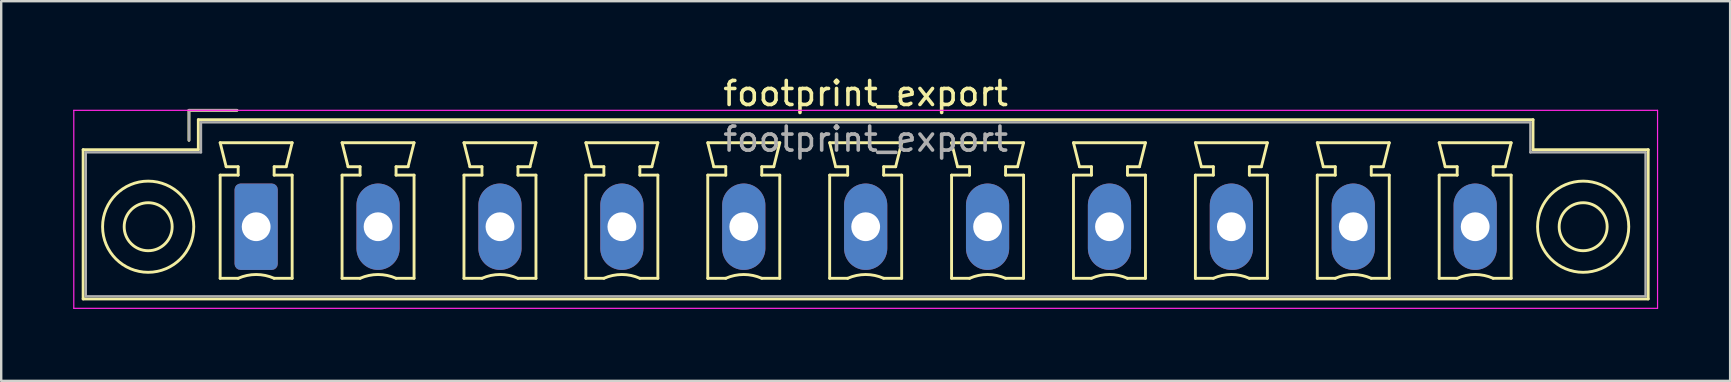
<source format=kicad_pcb>
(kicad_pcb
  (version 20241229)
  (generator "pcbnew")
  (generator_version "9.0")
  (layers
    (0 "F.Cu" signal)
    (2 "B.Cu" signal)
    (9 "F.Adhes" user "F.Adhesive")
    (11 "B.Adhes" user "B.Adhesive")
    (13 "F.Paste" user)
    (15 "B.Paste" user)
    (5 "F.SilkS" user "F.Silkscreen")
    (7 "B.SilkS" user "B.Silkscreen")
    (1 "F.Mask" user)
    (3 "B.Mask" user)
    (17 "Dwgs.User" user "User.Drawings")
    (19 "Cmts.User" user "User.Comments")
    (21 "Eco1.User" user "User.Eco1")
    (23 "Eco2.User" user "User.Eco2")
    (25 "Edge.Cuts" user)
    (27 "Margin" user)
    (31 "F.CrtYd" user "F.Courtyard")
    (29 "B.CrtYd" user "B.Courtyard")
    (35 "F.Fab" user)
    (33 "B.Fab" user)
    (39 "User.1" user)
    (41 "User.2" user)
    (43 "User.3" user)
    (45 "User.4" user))
  (footprint "footprint_export"
    (layer "F.Cu")
    (at 7.625 6.398)
    (property "Reference" "footprint_export" (at 25.4 -5.55 0) (layer "F.SilkS") (effects (font (size 1 1) (thickness 0.15))))
    (attr through_hole)
    (fp_line (start -7.21 -3.21) (end -7.21 3.01) (stroke (width 0.12) (type solid)) (layer "F.SilkS"))
    (fp_line (start -7.21 3.01) (end 58.01 3.01) (stroke (width 0.12) (type solid)) (layer "F.SilkS"))
    (fp_line (start -2.8 -4.85) (end -0.8 -4.85) (stroke (width 0.12) (type solid)) (layer "F.SilkS"))
    (fp_line (start -2.8 -3.6) (end -2.8 -4.85) (stroke (width 0.12) (type solid)) (layer "F.SilkS"))
    (fp_line (start -2.41 -4.46) (end -2.41 -3.21) (stroke (width 0.12) (type solid)) (layer "F.SilkS"))
    (fp_line (start -2.41 -3.21) (end -7.21 -3.21) (stroke (width 0.12) (type solid)) (layer "F.SilkS"))
    (fp_line (start -1.5 -3.5) (end 1.5 -3.5) (stroke (width 0.12) (type solid)) (layer "F.SilkS"))
    (fp_line (start -1.5 -2.15) (end -0.75 -2.15) (stroke (width 0.12) (type solid)) (layer "F.SilkS"))
    (fp_line (start -1.5 2.15) (end -1.5 -2.15) (stroke (width 0.12) (type solid)) (layer "F.SilkS"))
    (fp_line (start -1.25 -2.5) (end -1.5 -3.5) (stroke (width 0.12) (type solid)) (layer "F.SilkS"))
    (fp_line (start -0.75 -2.5) (end -1.25 -2.5) (stroke (width 0.12) (type solid)) (layer "F.SilkS"))
    (fp_line (start -0.75 -2.15) (end -0.75 -2.5) (stroke (width 0.12) (type solid)) (layer "F.SilkS"))
    (fp_line (start -0.75 2.15) (end -1.5 2.15) (stroke (width 0.12) (type solid)) (layer "F.SilkS"))
    (fp_line (start 0.75 -2.5) (end 0.75 -2.15) (stroke (width 0.12) (type solid)) (layer "F.SilkS"))
    (fp_line (start 0.75 -2.15) (end 1.5 -2.15) (stroke (width 0.12) (type solid)) (layer "F.SilkS"))
    (fp_line (start 1.25 -2.5) (end 0.75 -2.5) (stroke (width 0.12) (type solid)) (layer "F.SilkS"))
    (fp_line (start 1.5 -3.5) (end 1.25 -2.5) (stroke (width 0.12) (type solid)) (layer "F.SilkS"))
    (fp_line (start 1.5 -2.15) (end 1.5 2.15) (stroke (width 0.12) (type solid)) (layer "F.SilkS"))
    (fp_line (start 1.5 2.15) (end 0.75 2.15) (stroke (width 0.12) (type solid)) (layer "F.SilkS"))
    (fp_line (start 3.58 -3.5) (end 6.58 -3.5) (stroke (width 0.12) (type solid)) (layer "F.SilkS"))
    (fp_line (start 3.58 -2.15) (end 4.33 -2.15) (stroke (width 0.12) (type solid)) (layer "F.SilkS"))
    (fp_line (start 3.58 2.15) (end 3.58 -2.15) (stroke (width 0.12) (type solid)) (layer "F.SilkS"))
    (fp_line (start 3.83 -2.5) (end 3.58 -3.5) (stroke (width 0.12) (type solid)) (layer "F.SilkS"))
    (fp_line (start 4.33 -2.5) (end 3.83 -2.5) (stroke (width 0.12) (type solid)) (layer "F.SilkS"))
    (fp_line (start 4.33 -2.15) (end 4.33 -2.5) (stroke (width 0.12) (type solid)) (layer "F.SilkS"))
    (fp_line (start 4.33 2.15) (end 3.58 2.15) (stroke (width 0.12) (type solid)) (layer "F.SilkS"))
    (fp_line (start 5.83 -2.5) (end 5.83 -2.15) (stroke (width 0.12) (type solid)) (layer "F.SilkS"))
    (fp_line (start 5.83 -2.15) (end 6.58 -2.15) (stroke (width 0.12) (type solid)) (layer "F.SilkS"))
    (fp_line (start 6.33 -2.5) (end 5.83 -2.5) (stroke (width 0.12) (type solid)) (layer "F.SilkS"))
    (fp_line (start 6.58 -3.5) (end 6.33 -2.5) (stroke (width 0.12) (type solid)) (layer "F.SilkS"))
    (fp_line (start 6.58 -2.15) (end 6.58 2.15) (stroke (width 0.12) (type solid)) (layer "F.SilkS"))
    (fp_line (start 6.58 2.15) (end 5.83 2.15) (stroke (width 0.12) (type solid)) (layer "F.SilkS"))
    (fp_line (start 8.66 -3.5) (end 11.66 -3.5) (stroke (width 0.12) (type solid)) (layer "F.SilkS"))
    (fp_line (start 8.66 -2.15) (end 9.41 -2.15) (stroke (width 0.12) (type solid)) (layer "F.SilkS"))
    (fp_line (start 8.66 2.15) (end 8.66 -2.15) (stroke (width 0.12) (type solid)) (layer "F.SilkS"))
    (fp_line (start 8.91 -2.5) (end 8.66 -3.5) (stroke (width 0.12) (type solid)) (layer "F.SilkS"))
    (fp_line (start 9.41 -2.5) (end 8.91 -2.5) (stroke (width 0.12) (type solid)) (layer "F.SilkS"))
    (fp_line (start 9.41 -2.15) (end 9.41 -2.5) (stroke (width 0.12) (type solid)) (layer "F.SilkS"))
    (fp_line (start 9.41 2.15) (end 8.66 2.15) (stroke (width 0.12) (type solid)) (layer "F.SilkS"))
    (fp_line (start 10.91 -2.5) (end 10.91 -2.15) (stroke (width 0.12) (type solid)) (layer "F.SilkS"))
    (fp_line (start 10.91 -2.15) (end 11.66 -2.15) (stroke (width 0.12) (type solid)) (layer "F.SilkS"))
    (fp_line (start 11.41 -2.5) (end 10.91 -2.5) (stroke (width 0.12) (type solid)) (layer "F.SilkS"))
    (fp_line (start 11.66 -3.5) (end 11.41 -2.5) (stroke (width 0.12) (type solid)) (layer "F.SilkS"))
    (fp_line (start 11.66 -2.15) (end 11.66 2.15) (stroke (width 0.12) (type solid)) (layer "F.SilkS"))
    (fp_line (start 11.66 2.15) (end 10.91 2.15) (stroke (width 0.12) (type solid)) (layer "F.SilkS"))
    (fp_line (start 13.74 -3.5) (end 16.74 -3.5) (stroke (width 0.12) (type solid)) (layer "F.SilkS"))
    (fp_line (start 13.74 -2.15) (end 14.49 -2.15) (stroke (width 0.12) (type solid)) (layer "F.SilkS"))
    (fp_line (start 13.74 2.15) (end 13.74 -2.15) (stroke (width 0.12) (type solid)) (layer "F.SilkS"))
    (fp_line (start 13.99 -2.5) (end 13.74 -3.5) (stroke (width 0.12) (type solid)) (layer "F.SilkS"))
    (fp_line (start 14.49 -2.5) (end 13.99 -2.5) (stroke (width 0.12) (type solid)) (layer "F.SilkS"))
    (fp_line (start 14.49 -2.15) (end 14.49 -2.5) (stroke (width 0.12) (type solid)) (layer "F.SilkS"))
    (fp_line (start 14.49 2.15) (end 13.74 2.15) (stroke (width 0.12) (type solid)) (layer "F.SilkS"))
    (fp_line (start 15.99 -2.5) (end 15.99 -2.15) (stroke (width 0.12) (type solid)) (layer "F.SilkS"))
    (fp_line (start 15.99 -2.15) (end 16.74 -2.15) (stroke (width 0.12) (type solid)) (layer "F.SilkS"))
    (fp_line (start 16.49 -2.5) (end 15.99 -2.5) (stroke (width 0.12) (type solid)) (layer "F.SilkS"))
    (fp_line (start 16.74 -3.5) (end 16.49 -2.5) (stroke (width 0.12) (type solid)) (layer "F.SilkS"))
    (fp_line (start 16.74 -2.15) (end 16.74 2.15) (stroke (width 0.12) (type solid)) (layer "F.SilkS"))
    (fp_line (start 16.74 2.15) (end 15.99 2.15) (stroke (width 0.12) (type solid)) (layer "F.SilkS"))
    (fp_line (start 18.82 -3.5) (end 21.82 -3.5) (stroke (width 0.12) (type solid)) (layer "F.SilkS"))
    (fp_line (start 18.82 -2.15) (end 19.57 -2.15) (stroke (width 0.12) (type solid)) (layer "F.SilkS"))
    (fp_line (start 18.82 2.15) (end 18.82 -2.15) (stroke (width 0.12) (type solid)) (layer "F.SilkS"))
    (fp_line (start 19.07 -2.5) (end 18.82 -3.5) (stroke (width 0.12) (type solid)) (layer "F.SilkS"))
    (fp_line (start 19.57 -2.5) (end 19.07 -2.5) (stroke (width 0.12) (type solid)) (layer "F.SilkS"))
    (fp_line (start 19.57 -2.15) (end 19.57 -2.5) (stroke (width 0.12) (type solid)) (layer "F.SilkS"))
    (fp_line (start 19.57 2.15) (end 18.82 2.15) (stroke (width 0.12) (type solid)) (layer "F.SilkS"))
    (fp_line (start 21.07 -2.5) (end 21.07 -2.15) (stroke (width 0.12) (type solid)) (layer "F.SilkS"))
    (fp_line (start 21.07 -2.15) (end 21.82 -2.15) (stroke (width 0.12) (type solid)) (layer "F.SilkS"))
    (fp_line (start 21.57 -2.5) (end 21.07 -2.5) (stroke (width 0.12) (type solid)) (layer "F.SilkS"))
    (fp_line (start 21.82 -3.5) (end 21.57 -2.5) (stroke (width 0.12) (type solid)) (layer "F.SilkS"))
    (fp_line (start 21.82 -2.15) (end 21.82 2.15) (stroke (width 0.12) (type solid)) (layer "F.SilkS"))
    (fp_line (start 21.82 2.15) (end 21.07 2.15) (stroke (width 0.12) (type solid)) (layer "F.SilkS"))
    (fp_line (start 23.9 -3.5) (end 26.9 -3.5) (stroke (width 0.12) (type solid)) (layer "F.SilkS"))
    (fp_line (start 23.9 -2.15) (end 24.65 -2.15) (stroke (width 0.12) (type solid)) (layer "F.SilkS"))
    (fp_line (start 23.9 2.15) (end 23.9 -2.15) (stroke (width 0.12) (type solid)) (layer "F.SilkS"))
    (fp_line (start 24.15 -2.5) (end 23.9 -3.5) (stroke (width 0.12) (type solid)) (layer "F.SilkS"))
    (fp_line (start 24.65 -2.5) (end 24.15 -2.5) (stroke (width 0.12) (type solid)) (layer "F.SilkS"))
    (fp_line (start 24.65 -2.15) (end 24.65 -2.5) (stroke (width 0.12) (type solid)) (layer "F.SilkS"))
    (fp_line (start 24.65 2.15) (end 23.9 2.15) (stroke (width 0.12) (type solid)) (layer "F.SilkS"))
    (fp_line (start 26.15 -2.5) (end 26.15 -2.15) (stroke (width 0.12) (type solid)) (layer "F.SilkS"))
    (fp_line (start 26.15 -2.15) (end 26.9 -2.15) (stroke (width 0.12) (type solid)) (layer "F.SilkS"))
    (fp_line (start 26.65 -2.5) (end 26.15 -2.5) (stroke (width 0.12) (type solid)) (layer "F.SilkS"))
    (fp_line (start 26.9 -3.5) (end 26.65 -2.5) (stroke (width 0.12) (type solid)) (layer "F.SilkS"))
    (fp_line (start 26.9 -2.15) (end 26.9 2.15) (stroke (width 0.12) (type solid)) (layer "F.SilkS"))
    (fp_line (start 26.9 2.15) (end 26.15 2.15) (stroke (width 0.12) (type solid)) (layer "F.SilkS"))
    (fp_line (start 28.98 -3.5) (end 31.98 -3.5) (stroke (width 0.12) (type solid)) (layer "F.SilkS"))
    (fp_line (start 28.98 -2.15) (end 29.73 -2.15) (stroke (width 0.12) (type solid)) (layer "F.SilkS"))
    (fp_line (start 28.98 2.15) (end 28.98 -2.15) (stroke (width 0.12) (type solid)) (layer "F.SilkS"))
    (fp_line (start 29.23 -2.5) (end 28.98 -3.5) (stroke (width 0.12) (type solid)) (layer "F.SilkS"))
    (fp_line (start 29.73 -2.5) (end 29.23 -2.5) (stroke (width 0.12) (type solid)) (layer "F.SilkS"))
    (fp_line (start 29.73 -2.15) (end 29.73 -2.5) (stroke (width 0.12) (type solid)) (layer "F.SilkS"))
    (fp_line (start 29.73 2.15) (end 28.98 2.15) (stroke (width 0.12) (type solid)) (layer "F.SilkS"))
    (fp_line (start 31.23 -2.5) (end 31.23 -2.15) (stroke (width 0.12) (type solid)) (layer "F.SilkS"))
    (fp_line (start 31.23 -2.15) (end 31.98 -2.15) (stroke (width 0.12) (type solid)) (layer "F.SilkS"))
    (fp_line (start 31.73 -2.5) (end 31.23 -2.5) (stroke (width 0.12) (type solid)) (layer "F.SilkS"))
    (fp_line (start 31.98 -3.5) (end 31.73 -2.5) (stroke (width 0.12) (type solid)) (layer "F.SilkS"))
    (fp_line (start 31.98 -2.15) (end 31.98 2.15) (stroke (width 0.12) (type solid)) (layer "F.SilkS"))
    (fp_line (start 31.98 2.15) (end 31.23 2.15) (stroke (width 0.12) (type solid)) (layer "F.SilkS"))
    (fp_line (start 34.06 -3.5) (end 37.06 -3.5) (stroke (width 0.12) (type solid)) (layer "F.SilkS"))
    (fp_line (start 34.06 -2.15) (end 34.81 -2.15) (stroke (width 0.12) (type solid)) (layer "F.SilkS"))
    (fp_line (start 34.06 2.15) (end 34.06 -2.15) (stroke (width 0.12) (type solid)) (layer "F.SilkS"))
    (fp_line (start 34.31 -2.5) (end 34.06 -3.5) (stroke (width 0.12) (type solid)) (layer "F.SilkS"))
    (fp_line (start 34.81 -2.5) (end 34.31 -2.5) (stroke (width 0.12) (type solid)) (layer "F.SilkS"))
    (fp_line (start 34.81 -2.15) (end 34.81 -2.5) (stroke (width 0.12) (type solid)) (layer "F.SilkS"))
    (fp_line (start 34.81 2.15) (end 34.06 2.15) (stroke (width 0.12) (type solid)) (layer "F.SilkS"))
    (fp_line (start 36.31 -2.5) (end 36.31 -2.15) (stroke (width 0.12) (type solid)) (layer "F.SilkS"))
    (fp_line (start 36.31 -2.15) (end 37.06 -2.15) (stroke (width 0.12) (type solid)) (layer "F.SilkS"))
    (fp_line (start 36.81 -2.5) (end 36.31 -2.5) (stroke (width 0.12) (type solid)) (layer "F.SilkS"))
    (fp_line (start 37.06 -3.5) (end 36.81 -2.5) (stroke (width 0.12) (type solid)) (layer "F.SilkS"))
    (fp_line (start 37.06 -2.15) (end 37.06 2.15) (stroke (width 0.12) (type solid)) (layer "F.SilkS"))
    (fp_line (start 37.06 2.15) (end 36.31 2.15) (stroke (width 0.12) (type solid)) (layer "F.SilkS"))
    (fp_line (start 39.14 -3.5) (end 42.14 -3.5) (stroke (width 0.12) (type solid)) (layer "F.SilkS"))
    (fp_line (start 39.14 -2.15) (end 39.89 -2.15) (stroke (width 0.12) (type solid)) (layer "F.SilkS"))
    (fp_line (start 39.14 2.15) (end 39.14 -2.15) (stroke (width 0.12) (type solid)) (layer "F.SilkS"))
    (fp_line (start 39.39 -2.5) (end 39.14 -3.5) (stroke (width 0.12) (type solid)) (layer "F.SilkS"))
    (fp_line (start 39.89 -2.5) (end 39.39 -2.5) (stroke (width 0.12) (type solid)) (layer "F.SilkS"))
    (fp_line (start 39.89 -2.15) (end 39.89 -2.5) (stroke (width 0.12) (type solid)) (layer "F.SilkS"))
    (fp_line (start 39.89 2.15) (end 39.14 2.15) (stroke (width 0.12) (type solid)) (layer "F.SilkS"))
    (fp_line (start 41.39 -2.5) (end 41.39 -2.15) (stroke (width 0.12) (type solid)) (layer "F.SilkS"))
    (fp_line (start 41.39 -2.15) (end 42.14 -2.15) (stroke (width 0.12) (type solid)) (layer "F.SilkS"))
    (fp_line (start 41.89 -2.5) (end 41.39 -2.5) (stroke (width 0.12) (type solid)) (layer "F.SilkS"))
    (fp_line (start 42.14 -3.5) (end 41.89 -2.5) (stroke (width 0.12) (type solid)) (layer "F.SilkS"))
    (fp_line (start 42.14 -2.15) (end 42.14 2.15) (stroke (width 0.12) (type solid)) (layer "F.SilkS"))
    (fp_line (start 42.14 2.15) (end 41.39 2.15) (stroke (width 0.12) (type solid)) (layer "F.SilkS"))
    (fp_line (start 44.22 -3.5) (end 47.22 -3.5) (stroke (width 0.12) (type solid)) (layer "F.SilkS"))
    (fp_line (start 44.22 -2.15) (end 44.97 -2.15) (stroke (width 0.12) (type solid)) (layer "F.SilkS"))
    (fp_line (start 44.22 2.15) (end 44.22 -2.15) (stroke (width 0.12) (type solid)) (layer "F.SilkS"))
    (fp_line (start 44.47 -2.5) (end 44.22 -3.5) (stroke (width 0.12) (type solid)) (layer "F.SilkS"))
    (fp_line (start 44.97 -2.5) (end 44.47 -2.5) (stroke (width 0.12) (type solid)) (layer "F.SilkS"))
    (fp_line (start 44.97 -2.15) (end 44.97 -2.5) (stroke (width 0.12) (type solid)) (layer "F.SilkS"))
    (fp_line (start 44.97 2.15) (end 44.22 2.15) (stroke (width 0.12) (type solid)) (layer "F.SilkS"))
    (fp_line (start 46.47 -2.5) (end 46.47 -2.15) (stroke (width 0.12) (type solid)) (layer "F.SilkS"))
    (fp_line (start 46.47 -2.15) (end 47.22 -2.15) (stroke (width 0.12) (type solid)) (layer "F.SilkS"))
    (fp_line (start 46.97 -2.5) (end 46.47 -2.5) (stroke (width 0.12) (type solid)) (layer "F.SilkS"))
    (fp_line (start 47.22 -3.5) (end 46.97 -2.5) (stroke (width 0.12) (type solid)) (layer "F.SilkS"))
    (fp_line (start 47.22 -2.15) (end 47.22 2.15) (stroke (width 0.12) (type solid)) (layer "F.SilkS"))
    (fp_line (start 47.22 2.15) (end 46.47 2.15) (stroke (width 0.12) (type solid)) (layer "F.SilkS"))
    (fp_line (start 49.3 -3.5) (end 52.3 -3.5) (stroke (width 0.12) (type solid)) (layer "F.SilkS"))
    (fp_line (start 49.3 -2.15) (end 50.05 -2.15) (stroke (width 0.12) (type solid)) (layer "F.SilkS"))
    (fp_line (start 49.3 2.15) (end 49.3 -2.15) (stroke (width 0.12) (type solid)) (layer "F.SilkS"))
    (fp_line (start 49.55 -2.5) (end 49.3 -3.5) (stroke (width 0.12) (type solid)) (layer "F.SilkS"))
    (fp_line (start 50.05 -2.5) (end 49.55 -2.5) (stroke (width 0.12) (type solid)) (layer "F.SilkS"))
    (fp_line (start 50.05 -2.15) (end 50.05 -2.5) (stroke (width 0.12) (type solid)) (layer "F.SilkS"))
    (fp_line (start 50.05 2.15) (end 49.3 2.15) (stroke (width 0.12) (type solid)) (layer "F.SilkS"))
    (fp_line (start 51.55 -2.5) (end 51.55 -2.15) (stroke (width 0.12) (type solid)) (layer "F.SilkS"))
    (fp_line (start 51.55 -2.15) (end 52.3 -2.15) (stroke (width 0.12) (type solid)) (layer "F.SilkS"))
    (fp_line (start 52.05 -2.5) (end 51.55 -2.5) (stroke (width 0.12) (type solid)) (layer "F.SilkS"))
    (fp_line (start 52.3 -3.5) (end 52.05 -2.5) (stroke (width 0.12) (type solid)) (layer "F.SilkS"))
    (fp_line (start 52.3 -2.15) (end 52.3 2.15) (stroke (width 0.12) (type solid)) (layer "F.SilkS"))
    (fp_line (start 52.3 2.15) (end 51.55 2.15) (stroke (width 0.12) (type solid)) (layer "F.SilkS"))
    (fp_line (start 53.21 -4.46) (end -2.41 -4.46) (stroke (width 0.12) (type solid)) (layer "F.SilkS"))
    (fp_line (start 53.21 -3.21) (end 53.21 -4.46) (stroke (width 0.12) (type solid)) (layer "F.SilkS"))
    (fp_line (start 58.01 -3.21) (end 53.21 -3.21) (stroke (width 0.12) (type solid)) (layer "F.SilkS"))
    (fp_line (start 58.01 3.01) (end 58.01 -3.21) (stroke (width 0.12) (type solid)) (layer "F.SilkS"))
    (fp_arc (start -0.75 2.15) (mid -0.000193 1.99191) (end 0.749647 2.149844) (stroke (width 0.12) (type solid)) (layer "F.SilkS"))
    (fp_arc (start 4.33 2.15) (mid 5.079807 1.99191) (end 5.829647 2.149844) (stroke (width 0.12) (type solid)) (layer "F.SilkS"))
    (fp_arc (start 9.41 2.15) (mid 10.159807 1.99191) (end 10.909647 2.149844) (stroke (width 0.12) (type solid)) (layer "F.SilkS"))
    (fp_arc (start 14.49 2.15) (mid 15.239807 1.99191) (end 15.989647 2.149844) (stroke (width 0.12) (type solid)) (layer "F.SilkS"))
    (fp_arc (start 19.57 2.15) (mid 20.319807 1.99191) (end 21.069647 2.149844) (stroke (width 0.12) (type solid)) (layer "F.SilkS"))
    (fp_arc (start 24.65 2.15) (mid 25.399807 1.99191) (end 26.149647 2.149844) (stroke (width 0.12) (type solid)) (layer "F.SilkS"))
    (fp_arc (start 29.73 2.15) (mid 30.479807 1.99191) (end 31.229647 2.149844) (stroke (width 0.12) (type solid)) (layer "F.SilkS"))
    (fp_arc (start 34.81 2.15) (mid 35.559807 1.99191) (end 36.309647 2.149844) (stroke (width 0.12) (type solid)) (layer "F.SilkS"))
    (fp_arc (start 39.89 2.15) (mid 40.639807 1.99191) (end 41.389647 2.149844) (stroke (width 0.12) (type solid)) (layer "F.SilkS"))
    (fp_arc (start 44.97 2.15) (mid 45.719807 1.99191) (end 46.469647 2.149844) (stroke (width 0.12) (type solid)) (layer "F.SilkS"))
    (fp_arc (start 50.05 2.15) (mid 50.799807 1.99191) (end 51.549647 2.149844) (stroke (width 0.12) (type solid)) (layer "F.SilkS"))
    (fp_circle (center -4.5 0) (end -3.5 0) (stroke (width 0.12) (type solid)) (fill no) (layer "F.SilkS"))
    (fp_circle (center -4.5 0) (end -2.6 0) (stroke (width 0.12) (type solid)) (fill no) (layer "F.SilkS"))
    (fp_circle (center 55.3 0) (end 56.3 0) (stroke (width 0.12) (type solid)) (fill no) (layer "F.SilkS"))
    (fp_circle (center 55.3 0) (end 57.2 0) (stroke (width 0.12) (type solid)) (fill no) (layer "F.SilkS"))
    (fp_line (start -7.6 -4.85) (end -7.6 3.4) (stroke (width 0.05) (type solid)) (layer "F.CrtYd"))
    (fp_line (start -7.6 3.4) (end 58.4 3.4) (stroke (width 0.05) (type solid)) (layer "F.CrtYd"))
    (fp_line (start 58.4 -4.85) (end -7.6 -4.85) (stroke (width 0.05) (type solid)) (layer "F.CrtYd"))
    (fp_line (start 58.4 3.4) (end 58.4 -4.85) (stroke (width 0.05) (type solid)) (layer "F.CrtYd"))
    (fp_line (start -7.1 -3.1) (end -7.1 2.9) (stroke (width 0.1) (type solid)) (layer "F.Fab"))
    (fp_line (start -7.1 2.9) (end 57.9 2.9) (stroke (width 0.1) (type solid)) (layer "F.Fab"))
    (fp_line (start -2.8 -4.85) (end -0.8 -4.85) (stroke (width 0.1) (type solid)) (layer "F.Fab"))
    (fp_line (start -2.8 -3.6) (end -2.8 -4.85) (stroke (width 0.1) (type solid)) (layer "F.Fab"))
    (fp_line (start -2.3 -4.35) (end -2.3 -3.1) (stroke (width 0.1) (type solid)) (layer "F.Fab"))
    (fp_line (start -2.3 -3.1) (end -7.1 -3.1) (stroke (width 0.1) (type solid)) (layer "F.Fab"))
    (fp_line (start 53.1 -4.35) (end -2.3 -4.35) (stroke (width 0.1) (type solid)) (layer "F.Fab"))
    (fp_line (start 53.1 -3.1) (end 53.1 -4.35) (stroke (width 0.1) (type solid)) (layer "F.Fab"))
    (fp_line (start 57.9 -3.1) (end 53.1 -3.1) (stroke (width 0.1) (type solid)) (layer "F.Fab"))
    (fp_line (start 57.9 2.9) (end 57.9 -3.1) (stroke (width 0.1) (type solid)) (layer "F.Fab"))
    (fp_text user "${REFERENCE}" (at 25.4 -3.65 0) (layer "F.Fab") (effects (font (size 1 1) (thickness 0.15))))
    (pad "1" thru_hole roundrect (at 0 0) (size 1.8 3.6) (drill 1.2) (layers "*.Cu" "*.Mask") (roundrect_rratio 0.139))
    (pad "2" thru_hole oval (at 5.08 0) (size 1.8 3.6) (drill 1.2) (layers "*.Cu" "*.Mask"))
    (pad "3" thru_hole oval (at 10.16 0) (size 1.8 3.6) (drill 1.2) (layers "*.Cu" "*.Mask"))
    (pad "4" thru_hole oval (at 15.24 0) (size 1.8 3.6) (drill 1.2) (layers "*.Cu" "*.Mask"))
    (pad "5" thru_hole oval (at 20.32 0) (size 1.8 3.6) (drill 1.2) (layers "*.Cu" "*.Mask"))
    (pad "6" thru_hole oval (at 25.4 0) (size 1.8 3.6) (drill 1.2) (layers "*.Cu" "*.Mask"))
    (pad "7" thru_hole oval (at 30.48 0) (size 1.8 3.6) (drill 1.2) (layers "*.Cu" "*.Mask"))
    (pad "8" thru_hole oval (at 35.56 0) (size 1.8 3.6) (drill 1.2) (layers "*.Cu" "*.Mask"))
    (pad "9" thru_hole oval (at 40.64 0) (size 1.8 3.6) (drill 1.2) (layers "*.Cu" "*.Mask"))
    (pad "10" thru_hole oval (at 45.72 0) (size 1.8 3.6) (drill 1.2) (layers "*.Cu" "*.Mask"))
    (pad "11" thru_hole oval (at 50.8 0) (size 1.8 3.6) (drill 1.2) (layers "*.Cu" "*.Mask")))
  (gr_rect
    (start -3 -3)
    (end 69.05 12.823)
    (stroke (width 0.1) (type default))
    (fill no)
    (layer "Edge.Cuts")))
</source>
